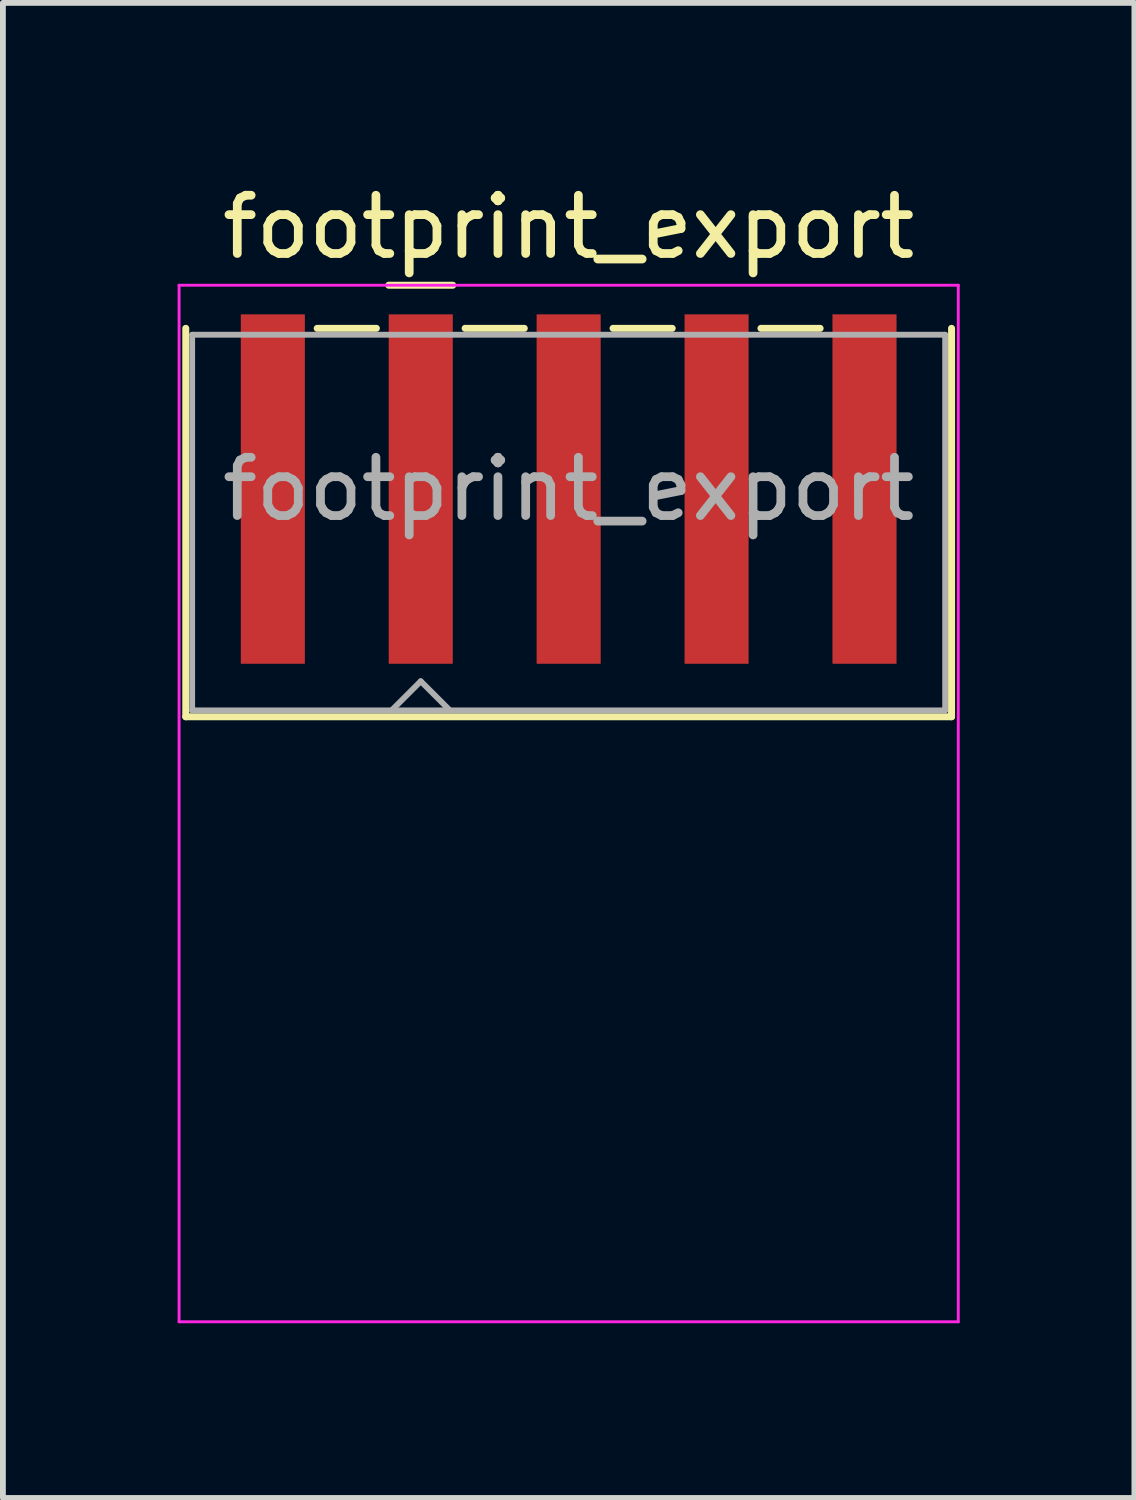
<source format=kicad_pcb>
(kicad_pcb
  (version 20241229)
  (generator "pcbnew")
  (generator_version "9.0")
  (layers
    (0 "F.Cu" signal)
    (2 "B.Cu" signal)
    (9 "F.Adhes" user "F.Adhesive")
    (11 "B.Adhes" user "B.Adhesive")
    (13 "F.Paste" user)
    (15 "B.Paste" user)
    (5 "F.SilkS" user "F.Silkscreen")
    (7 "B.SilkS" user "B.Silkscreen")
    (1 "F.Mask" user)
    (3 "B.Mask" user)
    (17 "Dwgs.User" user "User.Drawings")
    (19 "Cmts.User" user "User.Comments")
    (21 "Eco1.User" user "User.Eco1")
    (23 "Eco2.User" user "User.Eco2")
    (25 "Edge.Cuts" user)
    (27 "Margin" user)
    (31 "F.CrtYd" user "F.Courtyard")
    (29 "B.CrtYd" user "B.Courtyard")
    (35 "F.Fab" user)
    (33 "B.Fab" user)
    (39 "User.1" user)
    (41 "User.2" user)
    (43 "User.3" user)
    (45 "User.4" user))
  (footprint "footprint_export"
    (layer "F.Cu")
    (at 6.715 6.648)
    (property "Reference" "footprint_export" (at 0 -5.8 0) (layer "F.SilkS") (effects (font (size 1 1) (thickness 0.15))))
    (attr smd)
    (fp_line (start -6.575 -4.06) (end -6.575 2.61) (stroke (width 0.12) (type solid)) (layer "F.SilkS"))
    (fp_line (start -4.318 -4.06) (end -3.302 -4.06) (stroke (width 0.12) (type solid)) (layer "F.SilkS"))
    (fp_line (start -3.09 -4.8) (end -1.99 -4.8) (stroke (width 0.12) (type solid)) (layer "F.SilkS"))
    (fp_line (start -1.778 -4.06) (end -0.762 -4.06) (stroke (width 0.12) (type solid)) (layer "F.SilkS"))
    (fp_line (start 0.762 -4.06) (end 1.778 -4.06) (stroke (width 0.12) (type solid)) (layer "F.SilkS"))
    (fp_line (start 3.302 -4.06) (end 4.318 -4.06) (stroke (width 0.12) (type solid)) (layer "F.SilkS"))
    (fp_line (start 6.575 -4.06) (end 6.575 2.61) (stroke (width 0.12) (type solid)) (layer "F.SilkS"))
    (fp_line (start 6.575 2.61) (end -6.575 2.61) (stroke (width 0.12) (type solid)) (layer "F.SilkS"))
    (fp_line (start -6.69 -4.8) (end -6.69 13) (stroke (width 0.05) (type solid)) (layer "F.CrtYd"))
    (fp_line (start -6.69 13) (end 6.69 13) (stroke (width 0.05) (type solid)) (layer "F.CrtYd"))
    (fp_line (start 6.69 -4.8) (end -6.69 -4.8) (stroke (width 0.05) (type solid)) (layer "F.CrtYd"))
    (fp_line (start 6.69 13) (end 6.69 -4.8) (stroke (width 0.05) (type solid)) (layer "F.CrtYd"))
    (fp_line (start -6.465 -3.95) (end -6.465 2.5) (stroke (width 0.1) (type solid)) (layer "F.Fab"))
    (fp_line (start -6.465 2.5) (end 6.465 2.5) (stroke (width 0.1) (type solid)) (layer "F.Fab"))
    (fp_line (start -3.04 2.5) (end -2.54 2) (stroke (width 0.1) (type solid)) (layer "F.Fab"))
    (fp_line (start -2.54 2) (end -2.04 2.5) (stroke (width 0.1) (type solid)) (layer "F.Fab"))
    (fp_line (start 6.465 -3.95) (end -6.465 -3.95) (stroke (width 0.1) (type solid)) (layer "F.Fab"))
    (fp_line (start 6.465 2.5) (end 6.465 -3.95) (stroke (width 0.1) (type solid)) (layer "F.Fab"))
    (fp_text user "${REFERENCE}" (at 0 -1.3 0) (layer "F.Fab") (effects (font (size 1 1) (thickness 0.15))))
    (pad "1" smd rect (at -2.54 -1.3) (size 1.1 6) (layers "F.Cu" "F.Mask" "F.Paste"))
    (pad "2" smd rect (at 0 -1.3) (size 1.1 6) (layers "F.Cu" "F.Mask" "F.Paste"))
    (pad "3" smd rect (at 2.54 -1.3) (size 1.1 6) (layers "F.Cu" "F.Mask" "F.Paste"))
    (pad "MP" smd rect (at -5.08 -1.3) (size 1.1 6) (layers "F.Cu" "F.Mask" "F.Paste"))
    (pad "MP" smd rect (at 5.08 -1.3) (size 1.1 6) (layers "F.Cu" "F.Mask" "F.Paste")))
  (gr_rect
    (start -3 -3)
    (end 16.43 22.673)
    (stroke (width 0.1) (type default))
    (fill no)
    (layer "Edge.Cuts")))
</source>
